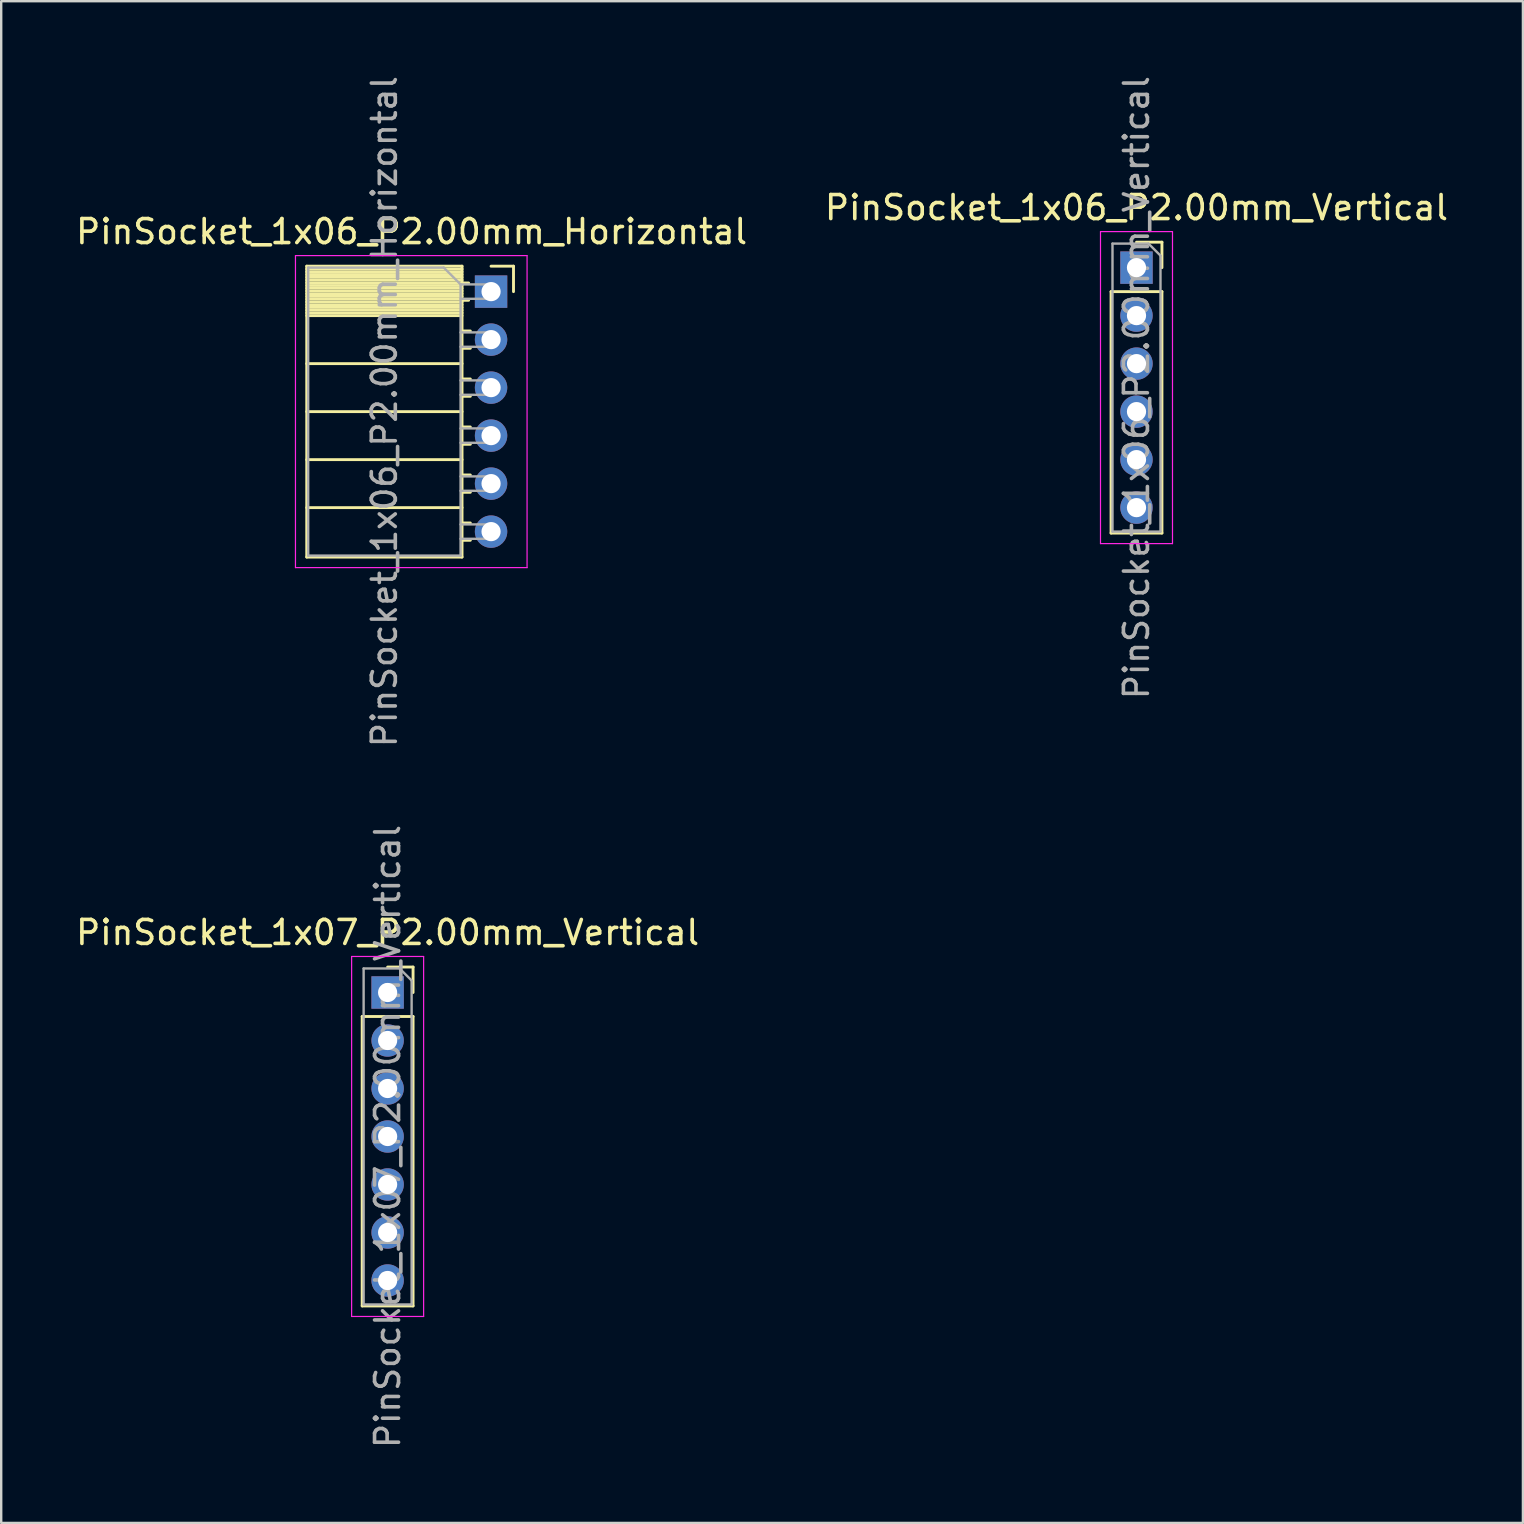
<source format=kicad_pcb>
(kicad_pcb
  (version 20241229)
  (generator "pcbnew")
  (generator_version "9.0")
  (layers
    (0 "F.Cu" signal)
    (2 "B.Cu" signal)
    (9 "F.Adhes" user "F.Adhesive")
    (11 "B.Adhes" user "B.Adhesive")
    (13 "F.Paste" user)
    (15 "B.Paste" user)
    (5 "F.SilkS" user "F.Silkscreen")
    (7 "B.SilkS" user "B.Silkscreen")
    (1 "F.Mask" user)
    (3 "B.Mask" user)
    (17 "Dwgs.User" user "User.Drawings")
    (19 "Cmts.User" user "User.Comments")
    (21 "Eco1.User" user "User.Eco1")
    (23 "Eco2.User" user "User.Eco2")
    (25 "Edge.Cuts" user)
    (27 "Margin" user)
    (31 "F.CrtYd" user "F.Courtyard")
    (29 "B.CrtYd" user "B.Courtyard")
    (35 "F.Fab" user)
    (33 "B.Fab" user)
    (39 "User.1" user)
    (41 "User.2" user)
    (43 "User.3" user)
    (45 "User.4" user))
  (footprint "PinSocket_1x06_P2.00mm_Vertical"
    (layer "F.Cu")
    (at 44.304 8.101)
    (property "Reference" "PinSocket_1x06_P2.00mm_Vertical" (at 0 -2.5 0) (layer "F.SilkS") (effects (font (size 1 1) (thickness 0.15))))
    (attr through_hole)
    (fp_line (start -1.06 1) (end -1.06 11.06) (stroke (width 0.12) (type solid)) (layer "F.SilkS"))
    (fp_line (start -1.06 1) (end 1.06 1) (stroke (width 0.12) (type solid)) (layer "F.SilkS"))
    (fp_line (start -1.06 11.06) (end 1.06 11.06) (stroke (width 0.12) (type solid)) (layer "F.SilkS"))
    (fp_line (start 0 -1.06) (end 1.06 -1.06) (stroke (width 0.12) (type solid)) (layer "F.SilkS"))
    (fp_line (start 1.06 -1.06) (end 1.06 0) (stroke (width 0.12) (type solid)) (layer "F.SilkS"))
    (fp_line (start 1.06 1) (end 1.06 11.06) (stroke (width 0.12) (type solid)) (layer "F.SilkS"))
    (fp_line (start -1.5 -1.5) (end 1.5 -1.5) (stroke (width 0.05) (type solid)) (layer "F.CrtYd"))
    (fp_line (start -1.5 11.5) (end -1.5 -1.5) (stroke (width 0.05) (type solid)) (layer "F.CrtYd"))
    (fp_line (start 1.5 -1.5) (end 1.5 11.5) (stroke (width 0.05) (type solid)) (layer "F.CrtYd"))
    (fp_line (start 1.5 11.5) (end -1.5 11.5) (stroke (width 0.05) (type solid)) (layer "F.CrtYd"))
    (fp_line (start -1 -1) (end 0.5 -1) (stroke (width 0.1) (type solid)) (layer "F.Fab"))
    (fp_line (start -1 11) (end -1 -1) (stroke (width 0.1) (type solid)) (layer "F.Fab"))
    (fp_line (start 0.5 -1) (end 1 -0.5) (stroke (width 0.1) (type solid)) (layer "F.Fab"))
    (fp_line (start 1 -0.5) (end 1 11) (stroke (width 0.1) (type solid)) (layer "F.Fab"))
    (fp_line (start 1 11) (end -1 11) (stroke (width 0.1) (type solid)) (layer "F.Fab"))
    (fp_text user "${REFERENCE}" (at 0 5 90) (layer "F.Fab") (effects (font (size 1 1) (thickness 0.15))))
    (pad "1" thru_hole rect (at 0 0) (size 1.35 1.35) (drill 0.8) (layers "*.Cu" "*.Mask"))
    (pad "2" thru_hole oval (at 0 2) (size 1.35 1.35) (drill 0.8) (layers "*.Cu" "*.Mask"))
    (pad "3" thru_hole oval (at 0 4) (size 1.35 1.35) (drill 0.8) (layers "*.Cu" "*.Mask"))
    (pad "4" thru_hole oval (at 0 6) (size 1.35 1.35) (drill 0.8) (layers "*.Cu" "*.Mask"))
    (pad "5" thru_hole oval (at 0 8) (size 1.35 1.35) (drill 0.8) (layers "*.Cu" "*.Mask"))
    (pad "6" thru_hole oval (at 0 10) (size 1.35 1.35) (drill 0.8) (layers "*.Cu" "*.Mask")))
  (footprint "PinSocket_1x07_P2.00mm_Vertical"
    (layer "F.Cu")
    (at 13.101 38.304)
    (property "Reference" "PinSocket_1x07_P2.00mm_Vertical" (at 0 -2.5 0) (layer "F.SilkS") (effects (font (size 1 1) (thickness 0.15))))
    (attr through_hole)
    (fp_line (start -1.06 1) (end -1.06 13.06) (stroke (width 0.12) (type solid)) (layer "F.SilkS"))
    (fp_line (start -1.06 1) (end 1.06 1) (stroke (width 0.12) (type solid)) (layer "F.SilkS"))
    (fp_line (start -1.06 13.06) (end 1.06 13.06) (stroke (width 0.12) (type solid)) (layer "F.SilkS"))
    (fp_line (start 0 -1.06) (end 1.06 -1.06) (stroke (width 0.12) (type solid)) (layer "F.SilkS"))
    (fp_line (start 1.06 -1.06) (end 1.06 0) (stroke (width 0.12) (type solid)) (layer "F.SilkS"))
    (fp_line (start 1.06 1) (end 1.06 13.06) (stroke (width 0.12) (type solid)) (layer "F.SilkS"))
    (fp_line (start -1.5 -1.5) (end 1.5 -1.5) (stroke (width 0.05) (type solid)) (layer "F.CrtYd"))
    (fp_line (start -1.5 13.5) (end -1.5 -1.5) (stroke (width 0.05) (type solid)) (layer "F.CrtYd"))
    (fp_line (start 1.5 -1.5) (end 1.5 13.5) (stroke (width 0.05) (type solid)) (layer "F.CrtYd"))
    (fp_line (start 1.5 13.5) (end -1.5 13.5) (stroke (width 0.05) (type solid)) (layer "F.CrtYd"))
    (fp_line (start -1 -1) (end 0.5 -1) (stroke (width 0.1) (type solid)) (layer "F.Fab"))
    (fp_line (start -1 13) (end -1 -1) (stroke (width 0.1) (type solid)) (layer "F.Fab"))
    (fp_line (start 0.5 -1) (end 1 -0.5) (stroke (width 0.1) (type solid)) (layer "F.Fab"))
    (fp_line (start 1 -0.5) (end 1 13) (stroke (width 0.1) (type solid)) (layer "F.Fab"))
    (fp_line (start 1 13) (end -1 13) (stroke (width 0.1) (type solid)) (layer "F.Fab"))
    (fp_text user "${REFERENCE}" (at 0 6 90) (layer "F.Fab") (effects (font (size 1 1) (thickness 0.15))))
    (pad "1" thru_hole rect (at 0 0) (size 1.35 1.35) (drill 0.8) (layers "*.Cu" "*.Mask"))
    (pad "2" thru_hole oval (at 0 2) (size 1.35 1.35) (drill 0.8) (layers "*.Cu" "*.Mask"))
    (pad "3" thru_hole oval (at 0 4) (size 1.35 1.35) (drill 0.8) (layers "*.Cu" "*.Mask"))
    (pad "4" thru_hole oval (at 0 6) (size 1.35 1.35) (drill 0.8) (layers "*.Cu" "*.Mask"))
    (pad "5" thru_hole oval (at 0 8) (size 1.35 1.35) (drill 0.8) (layers "*.Cu" "*.Mask"))
    (pad "6" thru_hole oval (at 0 10) (size 1.35 1.35) (drill 0.8) (layers "*.Cu" "*.Mask"))
    (pad "7" thru_hole oval (at 0 12) (size 1.35 1.35) (drill 0.8) (layers "*.Cu" "*.Mask")))
  (footprint "PinSocket_1x06_P2.00mm_Horizontal"
    (layer "F.Cu")
    (at 17.411 9.101)
    (property "Reference" "PinSocket_1x06_P2.00mm_Horizontal" (at -3.31 -2.5 0) (layer "F.SilkS") (effects (font (size 1 1) (thickness 0.15))))
    (attr through_hole)
    (fp_line (start -7.68 -1.06) (end -7.68 11.06) (stroke (width 0.12) (type solid)) (layer "F.SilkS"))
    (fp_line (start -7.68 -1.06) (end -1.21 -1.06) (stroke (width 0.12) (type solid)) (layer "F.SilkS"))
    (fp_line (start -7.68 -0.94) (end -1.21 -0.94) (stroke (width 0.12) (type solid)) (layer "F.SilkS"))
    (fp_line (start -7.68 -0.826) (end -1.21 -0.826) (stroke (width 0.12) (type solid)) (layer "F.SilkS"))
    (fp_line (start -7.68 -0.712) (end -1.21 -0.712) (stroke (width 0.12) (type solid)) (layer "F.SilkS"))
    (fp_line (start -7.68 -0.598) (end -1.21 -0.598) (stroke (width 0.12) (type solid)) (layer "F.SilkS"))
    (fp_line (start -7.68 -0.484) (end -1.21 -0.484) (stroke (width 0.12) (type solid)) (layer "F.SilkS"))
    (fp_line (start -7.68 -0.369) (end -1.21 -0.369) (stroke (width 0.12) (type solid)) (layer "F.SilkS"))
    (fp_line (start -7.68 -0.255) (end -1.21 -0.255) (stroke (width 0.12) (type solid)) (layer "F.SilkS"))
    (fp_line (start -7.68 -0.141) (end -1.21 -0.141) (stroke (width 0.12) (type solid)) (layer "F.SilkS"))
    (fp_line (start -7.68 -0.027) (end -1.21 -0.027) (stroke (width 0.12) (type solid)) (layer "F.SilkS"))
    (fp_line (start -7.68 0.087) (end -1.21 0.087) (stroke (width 0.12) (type solid)) (layer "F.SilkS"))
    (fp_line (start -7.68 0.201) (end -1.21 0.201) (stroke (width 0.12) (type solid)) (layer "F.SilkS"))
    (fp_line (start -7.68 0.315) (end -1.21 0.315) (stroke (width 0.12) (type solid)) (layer "F.SilkS"))
    (fp_line (start -7.68 0.429) (end -1.21 0.429) (stroke (width 0.12) (type solid)) (layer "F.SilkS"))
    (fp_line (start -7.68 0.544) (end -1.21 0.544) (stroke (width 0.12) (type solid)) (layer "F.SilkS"))
    (fp_line (start -7.68 0.658) (end -1.21 0.658) (stroke (width 0.12) (type solid)) (layer "F.SilkS"))
    (fp_line (start -7.68 0.772) (end -1.21 0.772) (stroke (width 0.12) (type solid)) (layer "F.SilkS"))
    (fp_line (start -7.68 0.886) (end -1.21 0.886) (stroke (width 0.12) (type solid)) (layer "F.SilkS"))
    (fp_line (start -7.68 1) (end -1.21 1) (stroke (width 0.12) (type solid)) (layer "F.SilkS"))
    (fp_line (start -7.68 3) (end -1.21 3) (stroke (width 0.12) (type solid)) (layer "F.SilkS"))
    (fp_line (start -7.68 5) (end -1.21 5) (stroke (width 0.12) (type solid)) (layer "F.SilkS"))
    (fp_line (start -7.68 7) (end -1.21 7) (stroke (width 0.12) (type solid)) (layer "F.SilkS"))
    (fp_line (start -7.68 9) (end -1.21 9) (stroke (width 0.12) (type solid)) (layer "F.SilkS"))
    (fp_line (start -7.68 11.06) (end -1.21 11.06) (stroke (width 0.12) (type solid)) (layer "F.SilkS"))
    (fp_line (start -1.21 -1.06) (end -1.21 11.06) (stroke (width 0.12) (type solid)) (layer "F.SilkS"))
    (fp_line (start -1.21 -0.36) (end -0.935 -0.36) (stroke (width 0.12) (type solid)) (layer "F.SilkS"))
    (fp_line (start -1.21 0.36) (end -0.935 0.36) (stroke (width 0.12) (type solid)) (layer "F.SilkS"))
    (fp_line (start -1.21 1.64) (end -0.863 1.64) (stroke (width 0.12) (type solid)) (layer "F.SilkS"))
    (fp_line (start -1.21 2.36) (end -0.863 2.36) (stroke (width 0.12) (type solid)) (layer "F.SilkS"))
    (fp_line (start -1.21 3.64) (end -0.863 3.64) (stroke (width 0.12) (type solid)) (layer "F.SilkS"))
    (fp_line (start -1.21 4.36) (end -0.863 4.36) (stroke (width 0.12) (type solid)) (layer "F.SilkS"))
    (fp_line (start -1.21 5.64) (end -0.863 5.64) (stroke (width 0.12) (type solid)) (layer "F.SilkS"))
    (fp_line (start -1.21 6.36) (end -0.863 6.36) (stroke (width 0.12) (type solid)) (layer "F.SilkS"))
    (fp_line (start -1.21 7.64) (end -0.863 7.64) (stroke (width 0.12) (type solid)) (layer "F.SilkS"))
    (fp_line (start -1.21 8.36) (end -0.863 8.36) (stroke (width 0.12) (type solid)) (layer "F.SilkS"))
    (fp_line (start -1.21 9.64) (end -0.863 9.64) (stroke (width 0.12) (type solid)) (layer "F.SilkS"))
    (fp_line (start -1.21 10.36) (end -0.863 10.36) (stroke (width 0.12) (type solid)) (layer "F.SilkS"))
    (fp_line (start 0 -1.06) (end 0.935 -1.06) (stroke (width 0.12) (type solid)) (layer "F.SilkS"))
    (fp_line (start 0.935 -1.06) (end 0.935 0) (stroke (width 0.12) (type solid)) (layer "F.SilkS"))
    (fp_line (start -8.15 -1.5) (end -8.15 11.5) (stroke (width 0.05) (type solid)) (layer "F.CrtYd"))
    (fp_line (start -8.15 11.5) (end 1.5 11.5) (stroke (width 0.05) (type solid)) (layer "F.CrtYd"))
    (fp_line (start 1.5 -1.5) (end -8.15 -1.5) (stroke (width 0.05) (type solid)) (layer "F.CrtYd"))
    (fp_line (start 1.5 11.5) (end 1.5 -1.5) (stroke (width 0.05) (type solid)) (layer "F.CrtYd"))
    (fp_line (start -7.62 -1) (end -1.97 -1) (stroke (width 0.1) (type solid)) (layer "F.Fab"))
    (fp_line (start -7.62 11) (end -7.62 -1) (stroke (width 0.1) (type solid)) (layer "F.Fab"))
    (fp_line (start -1.97 -1) (end -1.27 -0.3) (stroke (width 0.1) (type solid)) (layer "F.Fab"))
    (fp_line (start -1.27 -0.3) (end -1.27 11) (stroke (width 0.1) (type solid)) (layer "F.Fab"))
    (fp_line (start -1.27 0.3) (end 0 0.3) (stroke (width 0.1) (type solid)) (layer "F.Fab"))
    (fp_line (start -1.27 2.3) (end 0 2.3) (stroke (width 0.1) (type solid)) (layer "F.Fab"))
    (fp_line (start -1.27 4.3) (end 0 4.3) (stroke (width 0.1) (type solid)) (layer "F.Fab"))
    (fp_line (start -1.27 6.3) (end 0 6.3) (stroke (width 0.1) (type solid)) (layer "F.Fab"))
    (fp_line (start -1.27 8.3) (end 0 8.3) (stroke (width 0.1) (type solid)) (layer "F.Fab"))
    (fp_line (start -1.27 10.3) (end 0 10.3) (stroke (width 0.1) (type solid)) (layer "F.Fab"))
    (fp_line (start -1.27 11) (end -7.62 11) (stroke (width 0.1) (type solid)) (layer "F.Fab"))
    (fp_line (start 0 -0.3) (end -1.27 -0.3) (stroke (width 0.1) (type solid)) (layer "F.Fab"))
    (fp_line (start 0 0.3) (end 0 -0.3) (stroke (width 0.1) (type solid)) (layer "F.Fab"))
    (fp_line (start 0 1.7) (end -1.27 1.7) (stroke (width 0.1) (type solid)) (layer "F.Fab"))
    (fp_line (start 0 2.3) (end 0 1.7) (stroke (width 0.1) (type solid)) (layer "F.Fab"))
    (fp_line (start 0 3.7) (end -1.27 3.7) (stroke (width 0.1) (type solid)) (layer "F.Fab"))
    (fp_line (start 0 4.3) (end 0 3.7) (stroke (width 0.1) (type solid)) (layer "F.Fab"))
    (fp_line (start 0 5.7) (end -1.27 5.7) (stroke (width 0.1) (type solid)) (layer "F.Fab"))
    (fp_line (start 0 6.3) (end 0 5.7) (stroke (width 0.1) (type solid)) (layer "F.Fab"))
    (fp_line (start 0 7.7) (end -1.27 7.7) (stroke (width 0.1) (type solid)) (layer "F.Fab"))
    (fp_line (start 0 8.3) (end 0 7.7) (stroke (width 0.1) (type solid)) (layer "F.Fab"))
    (fp_line (start 0 9.7) (end -1.27 9.7) (stroke (width 0.1) (type solid)) (layer "F.Fab"))
    (fp_line (start 0 10.3) (end 0 9.7) (stroke (width 0.1) (type solid)) (layer "F.Fab"))
    (fp_text user "${REFERENCE}" (at -4.445 5 90) (layer "F.Fab") (effects (font (size 1 1) (thickness 0.15))))
    (pad "1" thru_hole rect (at 0 0) (size 1.35 1.35) (drill 0.8) (layers "*.Cu" "*.Mask"))
    (pad "2" thru_hole oval (at 0 2) (size 1.35 1.35) (drill 0.8) (layers "*.Cu" "*.Mask"))
    (pad "3" thru_hole oval (at 0 4) (size 1.35 1.35) (drill 0.8) (layers "*.Cu" "*.Mask"))
    (pad "4" thru_hole oval (at 0 6) (size 1.35 1.35) (drill 0.8) (layers "*.Cu" "*.Mask"))
    (pad "5" thru_hole oval (at 0 8) (size 1.35 1.35) (drill 0.8) (layers "*.Cu" "*.Mask"))
    (pad "6" thru_hole oval (at 0 10) (size 1.35 1.35) (drill 0.8) (layers "*.Cu" "*.Mask")))
  (gr_rect
    (start -3 -3)
    (end 60.405 60.405)
    (stroke (width 0.1) (type default))
    (fill no)
    (layer "Edge.Cuts")))
</source>
